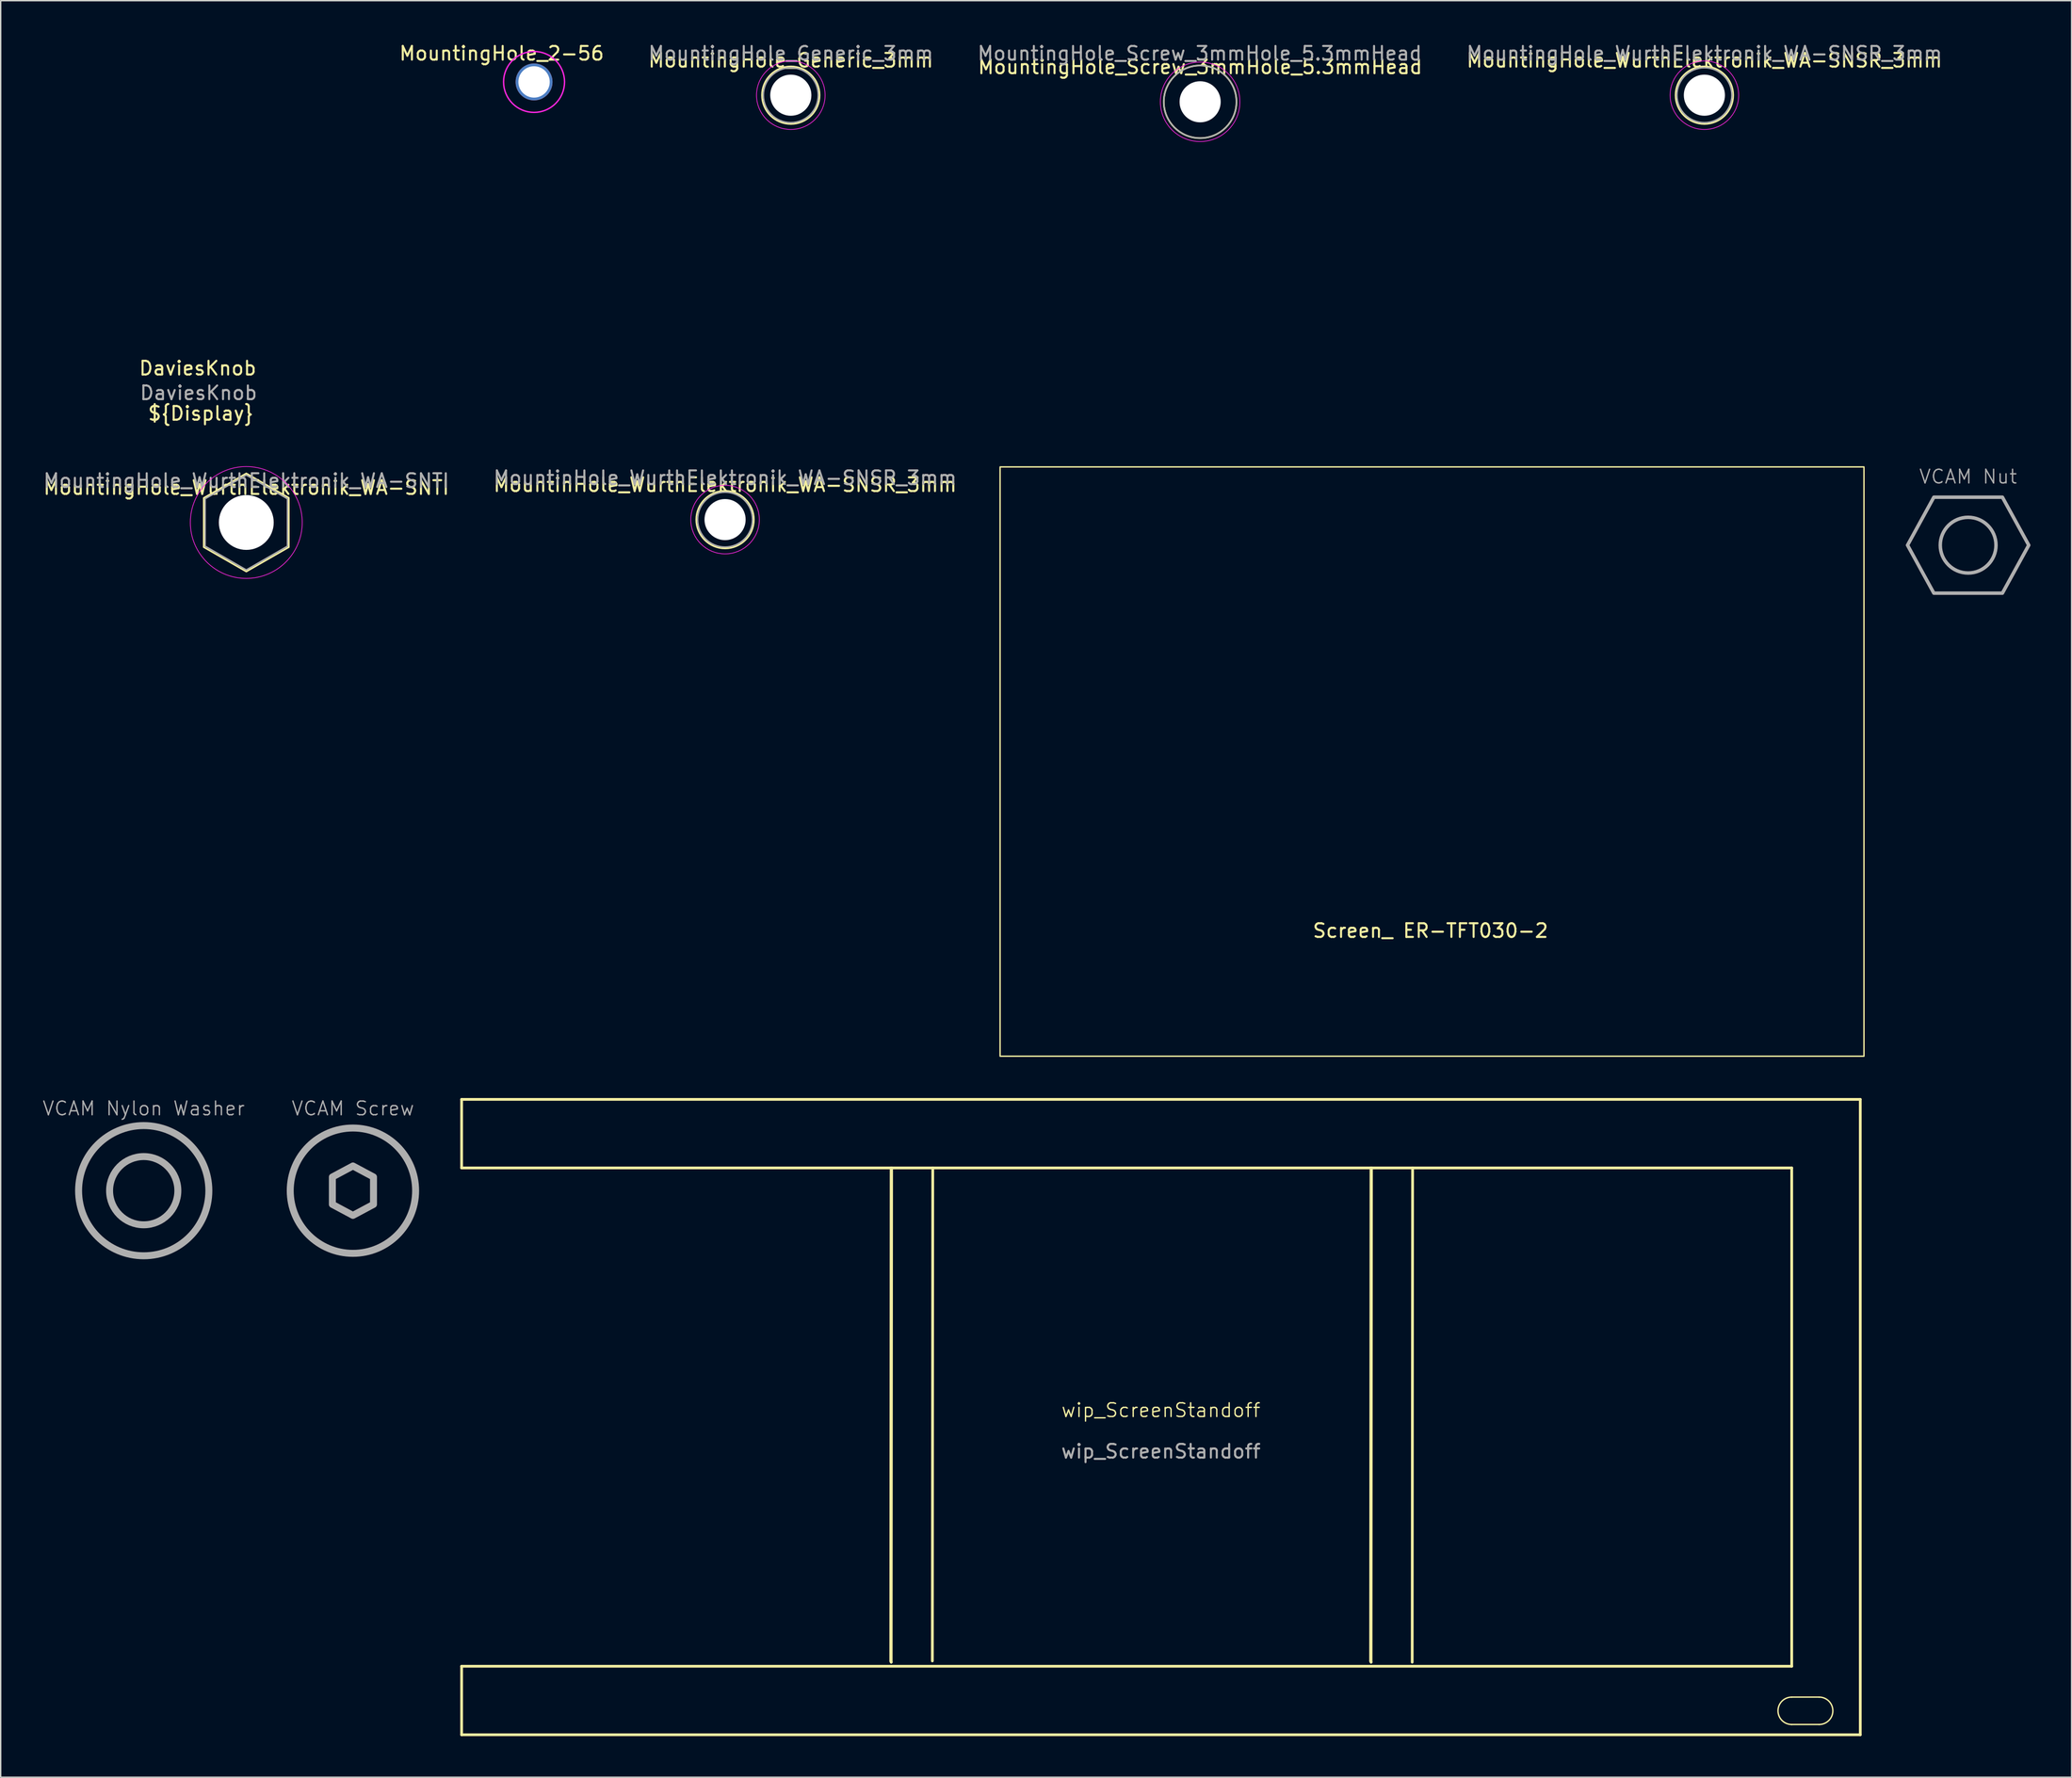
<source format=kicad_pcb>
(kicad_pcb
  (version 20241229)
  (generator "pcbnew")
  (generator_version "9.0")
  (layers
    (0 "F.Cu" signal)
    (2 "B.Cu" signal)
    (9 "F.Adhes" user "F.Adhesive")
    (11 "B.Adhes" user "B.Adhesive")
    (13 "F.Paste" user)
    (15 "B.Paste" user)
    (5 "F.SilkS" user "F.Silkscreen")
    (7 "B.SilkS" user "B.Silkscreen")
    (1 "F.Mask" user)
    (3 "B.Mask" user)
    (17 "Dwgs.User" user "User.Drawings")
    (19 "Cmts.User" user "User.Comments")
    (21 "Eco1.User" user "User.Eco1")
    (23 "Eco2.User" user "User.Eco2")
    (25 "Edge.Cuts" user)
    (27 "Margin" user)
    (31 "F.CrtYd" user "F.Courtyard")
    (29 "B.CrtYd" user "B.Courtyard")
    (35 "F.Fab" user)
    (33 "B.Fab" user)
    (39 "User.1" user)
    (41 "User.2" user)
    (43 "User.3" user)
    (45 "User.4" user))
  (footprint "MountingHole_WurthElektronik_WA-SNSR_3mm"
    (layer "F.Cu")
    (at 121.246 3.896)
    (property "Reference" "MountingHole_WurthElektronik_WA-SNSR_3mm" (at 0 -2.54 0) (unlocked yes) (layer "F.SilkS") (effects (font (size 1 1) (thickness 0.15))))
    (attr exclude_from_pos_files)
    (fp_circle (center 0 0) (end 2.1 0) (stroke (width 0.12) (type solid)) (fill no) (layer "F.SilkS"))
    (fp_circle (center 0 0) (end 2.5 0) (stroke (width 0.05) (type solid)) (fill no) (layer "F.CrtYd"))
    (fp_circle (center 0 0) (end 2 0) (stroke (width 0.1) (type solid)) (fill no) (layer "F.Fab"))
    (fp_text user "${REFERENCE}" (at 0 -3.048 0) (unlocked yes) (layer "F.Fab") (effects (font (size 1 1) (thickness 0.15))))
    (pad "" np_thru_hole circle (at 0 0) (size 3 3) (drill 3) (layers "*.Cu" "*.Mask")))
  (footprint "VCAM Nut"
    (layer "F.Cu")
    (at 140.48 36.729)
    (property "Reference" "VCAM Nut" (at 0 -5 0) (unlocked yes) (layer "F.Fab") (effects (font (size 1 1) (thickness 0.1))))
    (fp_circle (center 0 0) (end 2.032 0) (stroke (width 0.254) (type solid)) (fill no) (layer "F.Fab"))
    (fp_poly (pts (xy -2.5 -3.5) (xy 2.5 -3.5) (xy 4.42 0) (xy 2.5 3.5) (xy -2.5 3.5) (xy -4.42 0)) (stroke (width 0.254) (type solid)) (fill no) (layer "F.Fab")))
  (footprint "wip_ScreenStandoff"
    (layer "F.Cu")
    (at 81.614 100.348)
    (property "Reference" "wip_ScreenStandoff" (at 0 -0.5 0) (unlocked yes) (layer "F.SilkS") (effects (font (size 1 1) (thickness 0.1))))
    (fp_line (start -51 -18.18) (end -51 -23.18) (stroke (width 0.2) (type solid)) (layer "F.SilkS"))
    (fp_line (start -51 18.18) (end 46 18.18) (stroke (width 0.2) (type solid)) (layer "F.SilkS"))
    (fp_line (start -51 23.18) (end -51 18.18) (stroke (width 0.2) (type solid)) (layer "F.SilkS"))
    (fp_line (start -19.706 17.794) (end -19.677 -18.176) (stroke (width 0.2) (type default)) (layer "F.SilkS"))
    (fp_line (start -19.706 17.794) (end -19.67 17.883) (stroke (width 0.2) (type default)) (layer "F.SilkS"))
    (fp_line (start -19.677 -18.176) (end -19.641 -18.176) (stroke (width 0.2) (type default)) (layer "F.SilkS"))
    (fp_line (start -19.67 17.883) (end -19.641 -18.176) (stroke (width 0.2) (type default)) (layer "F.SilkS"))
    (fp_line (start -16.641 -18.176) (end -16.67 17.794) (stroke (width 0.2) (type default)) (layer "F.SilkS"))
    (fp_line (start 15.288 17.794) (end 15.317 -18.176) (stroke (width 0.2) (type default)) (layer "F.SilkS"))
    (fp_line (start 15.288 17.794) (end 15.324 17.883) (stroke (width 0.2) (type default)) (layer "F.SilkS"))
    (fp_line (start 15.317 -18.176) (end 15.353 -18.176) (stroke (width 0.2) (type default)) (layer "F.SilkS"))
    (fp_line (start 15.324 17.883) (end 15.353 -18.176) (stroke (width 0.2) (type default)) (layer "F.SilkS"))
    (fp_line (start 18.353 -18.176) (end 18.324 17.883) (stroke (width 0.2) (type default)) (layer "F.SilkS"))
    (fp_line (start 46 -18.18) (end -51 -18.18) (stroke (width 0.2) (type solid)) (layer "F.SilkS"))
    (fp_line (start 46 -18.18) (end 46 18.18) (stroke (width 0.2) (type solid)) (layer "F.SilkS"))
    (fp_line (start 46 20.43) (end 48 20.43) (stroke (width 0.1) (type default)) (layer "F.SilkS"))
    (fp_line (start 46 22.43) (end 48 22.43) (stroke (width 0.1) (type default)) (layer "F.SilkS"))
    (fp_line (start 51 -23.18) (end -51 -23.18) (stroke (width 0.2) (type solid)) (layer "F.SilkS"))
    (fp_line (start 51 23.18) (end -51 23.18) (stroke (width 0.2) (type solid)) (layer "F.SilkS"))
    (fp_line (start 51 23.18) (end 51 -23.18) (stroke (width 0.2) (type solid)) (layer "F.SilkS"))
    (fp_arc (start 46 22.43) (mid 45 21.43) (end 46 20.43) (stroke (width 0.1) (type solid)) (layer "F.SilkS"))
    (fp_arc (start 48 20.43) (mid 49 21.43) (end 48 22.43) (stroke (width 0.1) (type solid)) (layer "F.SilkS"))
    (fp_text user "${REFERENCE}" (at 0 2.5 0) (unlocked yes) (layer "F.Fab") (effects (font (size 1 1) (thickness 0.15)))))
  (footprint "MountingHole_Generic_3mm"
    (layer "F.Cu")
    (at 54.621 3.896)
    (property "Reference" "MountingHole_Generic_3mm" (at 0 -2.54 0) (unlocked yes) (layer "F.SilkS") (effects (font (size 1 1) (thickness 0.15))))
    (attr exclude_from_pos_files)
    (fp_circle (center 0 0) (end 2.1 0) (stroke (width 0.12) (type solid)) (fill no) (layer "F.SilkS"))
    (fp_circle (center 0 0) (end 2.5 0) (stroke (width 0.05) (type solid)) (fill no) (layer "F.CrtYd"))
    (fp_circle (center 0 0) (end 2 0) (stroke (width 0.1) (type solid)) (fill no) (layer "F.Fab"))
    (fp_text user "${REFERENCE}" (at 0 -3.048 0) (unlocked yes) (layer "F.Fab") (effects (font (size 1 1) (thickness 0.15))))
    (pad "" np_thru_hole circle (at 0 0) (size 3 3) (drill 3) (layers "*.Cu" "*.Mask")))
  (footprint "VCAM Nylon Washer"
    (layer "F.Cu")
    (at 7.431 83.829)
    (property "Reference" "VCAM Nylon Washer" (at 0 -6 0) (unlocked yes) (layer "F.Fab") (effects (font (size 1 1) (thickness 0.1))))
    (fp_circle (center 0 0) (end 2.489 0) (stroke (width 0.508) (type solid)) (fill no) (layer "F.Fab"))
    (fp_circle (center 0 0) (end 4.75 0) (stroke (width 0.508) (type solid)) (fill no) (layer "F.Fab")))
  (footprint "MountingHole_Screw_3mmHole_5.3mmHead"
    (layer "F.Cu")
    (at 84.472 4.378)
    (property "Reference" "MountingHole_Screw_3mmHole_5.3mmHead" (at 0 -2.54 0) (unlocked yes) (layer "F.SilkS") (effects (font (size 1 1) (thickness 0.15))))
    (attr exclude_from_pos_files)
    (fp_circle (center 0 0) (end 2.65 0) (stroke (width 0.12) (type solid)) (fill no) (layer "F.SilkS"))
    (fp_circle (center 0 0) (end 2.9 0) (stroke (width 0.05) (type solid)) (fill no) (layer "F.CrtYd"))
    (fp_circle (center 0 0) (end 2.65 0) (stroke (width 0.1) (type solid)) (fill no) (layer "F.Fab"))
    (fp_text user "${REFERENCE}" (at -0.03 -3.53 0) (unlocked yes) (layer "F.Fab") (effects (font (size 1 1) (thickness 0.15))))
    (pad "" np_thru_hole circle (at 0 0) (size 3 3) (drill 3) (layers "*.Cu" "*.Mask")))
  (footprint "MountingHole_WurthElektronik_WA-SNTI"
    (layer "F.Cu")
    (at 14.911 35.073)
    (property "Reference" "MountingHole_WurthElektronik_WA-SNTI" (at 0 -2.54 0) (unlocked yes) (layer "F.SilkS") (effects (font (size 1 1) (thickness 0.15))))
    (attr exclude_from_pos_files)
    (fp_poly (pts (xy 3.1 -1.8) (xy 3.1 1.8) (xy 0 3.58) (xy -3.1 1.8) (xy -3.1 -1.79) (xy 0 -3.58)) (stroke (width 0.12) (type solid)) (fill no) (layer "F.SilkS"))
    (fp_circle (center 0 0) (end 4.08 0) (stroke (width 0.05) (type solid)) (fill no) (layer "F.CrtYd"))
    (fp_poly (pts (xy 3 -1.73) (xy 3 1.73) (xy 0 3.46) (xy -3 1.73) (xy -3 -1.73) (xy 0 -3.46)) (stroke (width 0.1) (type solid)) (fill no) (layer "F.Fab"))
    (fp_text user "${REFERENCE}" (at 0 -3.048 0) (unlocked yes) (layer "F.Fab") (effects (font (size 1 1) (thickness 0.15))))
    (pad "" np_thru_hole circle (at 0 0) (size 4 4) (drill 4) (layers "*.Cu" "*.Mask")))
  (footprint "VCAM Screw"
    (layer "F.Cu")
    (at 22.688 83.829)
    (property "Reference" "VCAM Screw" (at 0 -6 0) (unlocked yes) (layer "F.Fab") (effects (font (size 1 1) (thickness 0.1))))
    (fp_circle (center 0 0) (end 4.572 0) (stroke (width 0.508) (type solid)) (fill no) (layer "F.Fab"))
    (fp_poly (pts (xy 0 -1.803) (xy -1.5 -1) (xy -1.5 1) (xy 0 1.803) (xy 1.5 1) (xy 1.5 -1)) (stroke (width 0.508) (type solid)) (fill no) (layer "F.Fab")))
  (footprint "DaviesKnob"
    (layer "F.Cu")
    (at 11.48 11.48)
    (property "Reference" "DaviesKnob" (at -0.11 12.34 0) (unlocked yes) (layer "F.SilkS") (effects (font (size 1 1) (thickness 0.15))))
    (fp_circle (center 0 0) (end 11.43 0) (stroke (width 0.1) (type default)) (fill no) (layer "User.1"))
    (fp_line (start -4.07 4.31) (end 0 0) (stroke (width 0.1) (type default)) (layer "User.2"))
    (fp_circle (center 0 0) (end 6 0) (stroke (width 0.1) (type default)) (fill no) (layer "User.2"))
    (fp_text user "${Display}" (at 0.11 15.64 0) (unlocked yes) (layer "F.SilkS") (effects (font (size 1 1) (thickness 0.15))))
    (fp_text user "${REFERENCE}" (at -0.05 14.14 0) (unlocked yes) (layer "F.Fab") (effects (font (size 1 1) (thickness 0.15)))))
  (footprint "MountingHole_2-56"
    (layer "F.Cu")
    (at 35.897 2.928)
    (property "Reference" "MountingHole_2-56" (at -2.36 -2.08 0) (layer "F.SilkS") (effects (font (size 1 1) (thickness 0.15))))
    (attr through_hole)
    (fp_circle (center 0 0) (end 2.223 0) (stroke (width 0.1) (type solid)) (fill no) (layer "F.CrtYd"))
    (pad "1" thru_hole circle (at 0 0) (size 2.692 2.692) (drill 2.286) (layers "*.Cu")))
  (footprint "MountinHole_WurthElektronik_WA-SNSR_3mm"
    (layer "F.Cu")
    (at 49.827 34.864)
    (property "Reference" "MountinHole_WurthElektronik_WA-SNSR_3mm" (at 0 -2.54 0) (unlocked yes) (layer "F.SilkS") (effects (font (size 1 1) (thickness 0.15))))
    (attr exclude_from_pos_files)
    (fp_circle (center 0 0) (end 2.1 0) (stroke (width 0.12) (type solid)) (fill no) (layer "F.SilkS"))
    (fp_circle (center 0 0) (end 2.5 0) (stroke (width 0.05) (type solid)) (fill no) (layer "F.CrtYd"))
    (fp_circle (center 0 0) (end 2 0) (stroke (width 0.1) (type solid)) (fill no) (layer "F.Fab"))
    (fp_text user "${REFERENCE}" (at 0 -3.048 0) (unlocked yes) (layer "F.Fab") (effects (font (size 1 1) (thickness 0.15))))
    (pad "" np_thru_hole circle (at 0 0) (size 3 3) (drill 3) (layers "*.Cu" "*.Mask")))
  (footprint "Screen_ ER-TFT030-2"
    (layer "F.Cu")
    (at 101.383 52.518)
    (property "Reference" "Screen_ ER-TFT030-2" (at -0.11 12.34 0) (unlocked yes) (layer "F.SilkS") (effects (font (size 1 1) (thickness 0.15))))
    (fp_rect (start -31.5 -21.5) (end 31.5 21.5) (stroke (width 0.1) (type default)) (fill no) (layer "F.SilkS")))
  (gr_rect
    (start -3 -3)
    (end 148.027 126.628)
    (stroke (width 0.1) (type default))
    (fill no)
    (layer "Edge.Cuts")))
</source>
